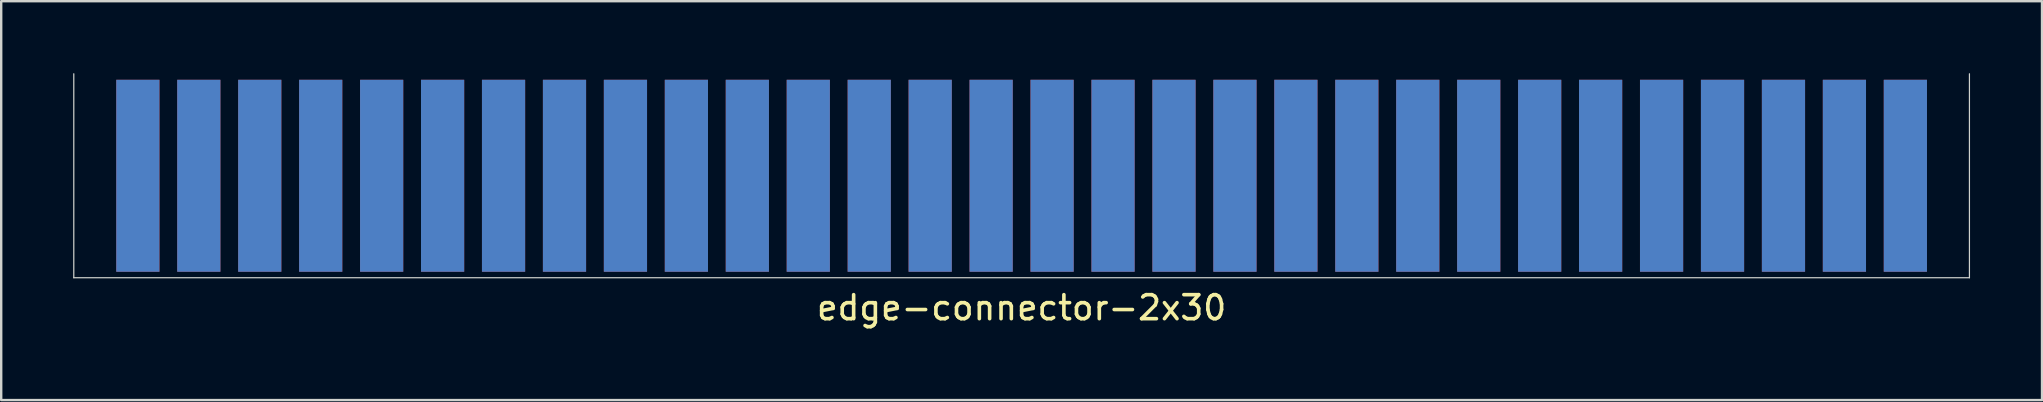
<source format=kicad_pcb>
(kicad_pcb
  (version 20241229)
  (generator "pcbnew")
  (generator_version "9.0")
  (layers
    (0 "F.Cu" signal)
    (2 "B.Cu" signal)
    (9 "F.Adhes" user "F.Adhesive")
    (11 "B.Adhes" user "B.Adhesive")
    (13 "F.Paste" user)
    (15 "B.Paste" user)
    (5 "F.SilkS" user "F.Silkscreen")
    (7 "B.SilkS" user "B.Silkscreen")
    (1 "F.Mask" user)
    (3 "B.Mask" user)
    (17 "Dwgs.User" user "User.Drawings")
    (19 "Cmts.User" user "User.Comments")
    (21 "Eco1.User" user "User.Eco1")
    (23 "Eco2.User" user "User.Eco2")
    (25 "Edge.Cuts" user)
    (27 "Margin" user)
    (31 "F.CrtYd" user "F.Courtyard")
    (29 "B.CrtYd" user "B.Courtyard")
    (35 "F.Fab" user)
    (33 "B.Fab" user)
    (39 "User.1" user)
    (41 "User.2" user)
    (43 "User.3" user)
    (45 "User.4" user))
  (footprint "edge-connector-2x30"
    (layer "F.Cu")
    (at 39.525 4.275)
    (property "Reference" "edge-connector-2x30" (at 0 5.5 0) (unlocked yes) (layer "F.SilkS") (effects (font (size 1 1) (thickness 0.15))))
    (attr smd)
    (fp_line (start -39.5 4.25) (end -39.5 -4.25) (stroke (width 0.05) (type default)) (layer "Edge.Cuts"))
    (fp_line (start 39.5 -4.25) (end 39.5 4.25) (stroke (width 0.05) (type default)) (layer "Edge.Cuts"))
    (fp_line (start 39.5 4.25) (end -39.5 4.25) (stroke (width 0.05) (type default)) (layer "Edge.Cuts"))
    (pad "1" smd rect (at -36.83 0) (size 1.8 8) (layers "F.Cu" "F.Mask" "F.Paste"))
    (pad "2" smd rect (at -34.29 0) (size 1.8 8) (layers "F.Cu" "F.Mask" "F.Paste"))
    (pad "3" smd rect (at -31.75 0) (size 1.8 8) (layers "F.Cu" "F.Mask" "F.Paste"))
    (pad "4" smd rect (at -29.21 0) (size 1.8 8) (layers "F.Cu" "F.Mask" "F.Paste"))
    (pad "5" smd rect (at -26.67 0) (size 1.8 8) (layers "F.Cu" "F.Mask" "F.Paste"))
    (pad "6" smd rect (at -24.13 0) (size 1.8 8) (layers "F.Cu" "F.Mask" "F.Paste"))
    (pad "7" smd rect (at -21.59 0) (size 1.8 8) (layers "F.Cu" "F.Mask" "F.Paste"))
    (pad "8" smd rect (at -19.05 0) (size 1.8 8) (layers "F.Cu" "F.Mask" "F.Paste"))
    (pad "9" smd rect (at -16.51 0) (size 1.8 8) (layers "F.Cu" "F.Mask" "F.Paste"))
    (pad "10" smd rect (at -13.97 0) (size 1.8 8) (layers "F.Cu" "F.Mask" "F.Paste"))
    (pad "11" smd rect (at -11.43 0) (size 1.8 8) (layers "F.Cu" "F.Mask" "F.Paste"))
    (pad "12" smd rect (at -8.89 0) (size 1.8 8) (layers "F.Cu" "F.Mask" "F.Paste"))
    (pad "13" smd rect (at -6.35 0) (size 1.8 8) (layers "F.Cu" "F.Mask" "F.Paste"))
    (pad "14" smd rect (at -3.81 0) (size 1.8 8) (layers "F.Cu" "F.Mask" "F.Paste"))
    (pad "15" smd rect (at -1.27 0) (size 1.8 8) (layers "F.Cu" "F.Mask" "F.Paste"))
    (pad "16" smd rect (at 1.27 0) (size 1.8 8) (layers "F.Cu" "F.Mask" "F.Paste"))
    (pad "17" smd rect (at 3.81 0) (size 1.8 8) (layers "F.Cu" "F.Mask" "F.Paste"))
    (pad "18" smd rect (at 6.35 0) (size 1.8 8) (layers "F.Cu" "F.Mask" "F.Paste"))
    (pad "19" smd rect (at 8.89 0) (size 1.8 8) (layers "F.Cu" "F.Mask" "F.Paste"))
    (pad "20" smd rect (at 11.43 0) (size 1.8 8) (layers "F.Cu" "F.Mask" "F.Paste"))
    (pad "21" smd rect (at 13.97 0) (size 1.8 8) (layers "F.Cu" "F.Mask" "F.Paste"))
    (pad "22" smd rect (at 16.51 0) (size 1.8 8) (layers "F.Cu" "F.Mask" "F.Paste"))
    (pad "23" smd rect (at 19.05 0) (size 1.8 8) (layers "F.Cu" "F.Mask" "F.Paste"))
    (pad "24" smd rect (at 21.59 0) (size 1.8 8) (layers "F.Cu" "F.Mask" "F.Paste"))
    (pad "25" smd rect (at 24.13 0) (size 1.8 8) (layers "F.Cu" "F.Mask" "F.Paste"))
    (pad "26" smd rect (at 26.67 0) (size 1.8 8) (layers "F.Cu" "F.Mask" "F.Paste"))
    (pad "27" smd rect (at 29.21 0) (size 1.8 8) (layers "F.Cu" "F.Mask" "F.Paste"))
    (pad "28" smd rect (at 31.75 0) (size 1.8 8) (layers "F.Cu" "F.Mask" "F.Paste"))
    (pad "29" smd rect (at 34.29 0) (size 1.8 8) (layers "F.Cu" "F.Mask" "F.Paste"))
    (pad "30" smd rect (at 36.83 0) (size 1.8 8) (layers "F.Cu" "F.Mask" "F.Paste"))
    (pad "31" smd rect (at 36.83 0) (size 1.8 8) (layers "B.Cu" "B.Mask" "B.Paste"))
    (pad "32" smd rect (at 34.29 0) (size 1.8 8) (layers "B.Cu" "B.Mask" "B.Paste"))
    (pad "33" smd rect (at 31.75 0) (size 1.8 8) (layers "B.Cu" "B.Mask" "B.Paste"))
    (pad "34" smd rect (at 29.21 0) (size 1.8 8) (layers "B.Cu" "B.Mask" "B.Paste"))
    (pad "35" smd rect (at 26.67 0) (size 1.8 8) (layers "B.Cu" "B.Mask" "B.Paste"))
    (pad "36" smd rect (at 24.13 0) (size 1.8 8) (layers "B.Cu" "B.Mask" "B.Paste"))
    (pad "37" smd rect (at 21.59 0) (size 1.8 8) (layers "B.Cu" "B.Mask" "B.Paste"))
    (pad "38" smd rect (at 19.05 0) (size 1.8 8) (layers "B.Cu" "B.Mask" "B.Paste"))
    (pad "39" smd rect (at 16.51 0) (size 1.8 8) (layers "B.Cu" "B.Mask" "B.Paste"))
    (pad "40" smd rect (at 13.97 0) (size 1.8 8) (layers "B.Cu" "B.Mask" "B.Paste"))
    (pad "41" smd rect (at 11.43 0) (size 1.8 8) (layers "B.Cu" "B.Mask" "B.Paste"))
    (pad "42" smd rect (at 8.89 0) (size 1.8 8) (layers "B.Cu" "B.Mask" "B.Paste"))
    (pad "43" smd rect (at 6.35 0) (size 1.8 8) (layers "B.Cu" "B.Mask" "B.Paste"))
    (pad "44" smd rect (at 3.81 0) (size 1.8 8) (layers "B.Cu" "B.Mask" "B.Paste"))
    (pad "45" smd rect (at 1.27 0) (size 1.8 8) (layers "B.Cu" "B.Mask" "B.Paste"))
    (pad "46" smd rect (at -1.27 0) (size 1.8 8) (layers "B.Cu" "B.Mask" "B.Paste"))
    (pad "47" smd rect (at -3.81 0) (size 1.8 8) (layers "B.Cu" "B.Mask" "B.Paste"))
    (pad "48" smd rect (at -6.35 0) (size 1.8 8) (layers "B.Cu" "B.Mask" "B.Paste"))
    (pad "49" smd rect (at -8.89 0) (size 1.8 8) (layers "B.Cu" "B.Mask" "B.Paste"))
    (pad "50" smd rect (at -11.43 0) (size 1.8 8) (layers "B.Cu" "B.Mask" "B.Paste"))
    (pad "51" smd rect (at -13.97 0) (size 1.8 8) (layers "B.Cu" "B.Mask" "B.Paste"))
    (pad "52" smd rect (at -16.51 0) (size 1.8 8) (layers "B.Cu" "B.Mask" "B.Paste"))
    (pad "53" smd rect (at -19.05 0) (size 1.8 8) (layers "B.Cu" "B.Mask" "B.Paste"))
    (pad "54" smd rect (at -21.59 0) (size 1.8 8) (layers "B.Cu" "B.Mask" "B.Paste"))
    (pad "55" smd rect (at -24.13 0) (size 1.8 8) (layers "B.Cu" "B.Mask" "B.Paste"))
    (pad "56" smd rect (at -26.67 0) (size 1.8 8) (layers "B.Cu" "B.Mask" "B.Paste"))
    (pad "57" smd rect (at -29.21 0) (size 1.8 8) (layers "B.Cu" "B.Mask" "B.Paste"))
    (pad "58" smd rect (at -31.75 0) (size 1.8 8) (layers "B.Cu" "B.Mask" "B.Paste"))
    (pad "59" smd rect (at -34.29 0) (size 1.8 8) (layers "B.Cu" "B.Mask" "B.Paste"))
    (pad "60" smd rect (at -36.83 0) (size 1.8 8) (layers "B.Cu" "B.Mask" "B.Paste")))
  (gr_rect
    (start -3 -3)
    (end 82.05 13.623)
    (stroke (width 0.1) (type default))
    (fill no)
    (layer "Edge.Cuts")))
</source>
